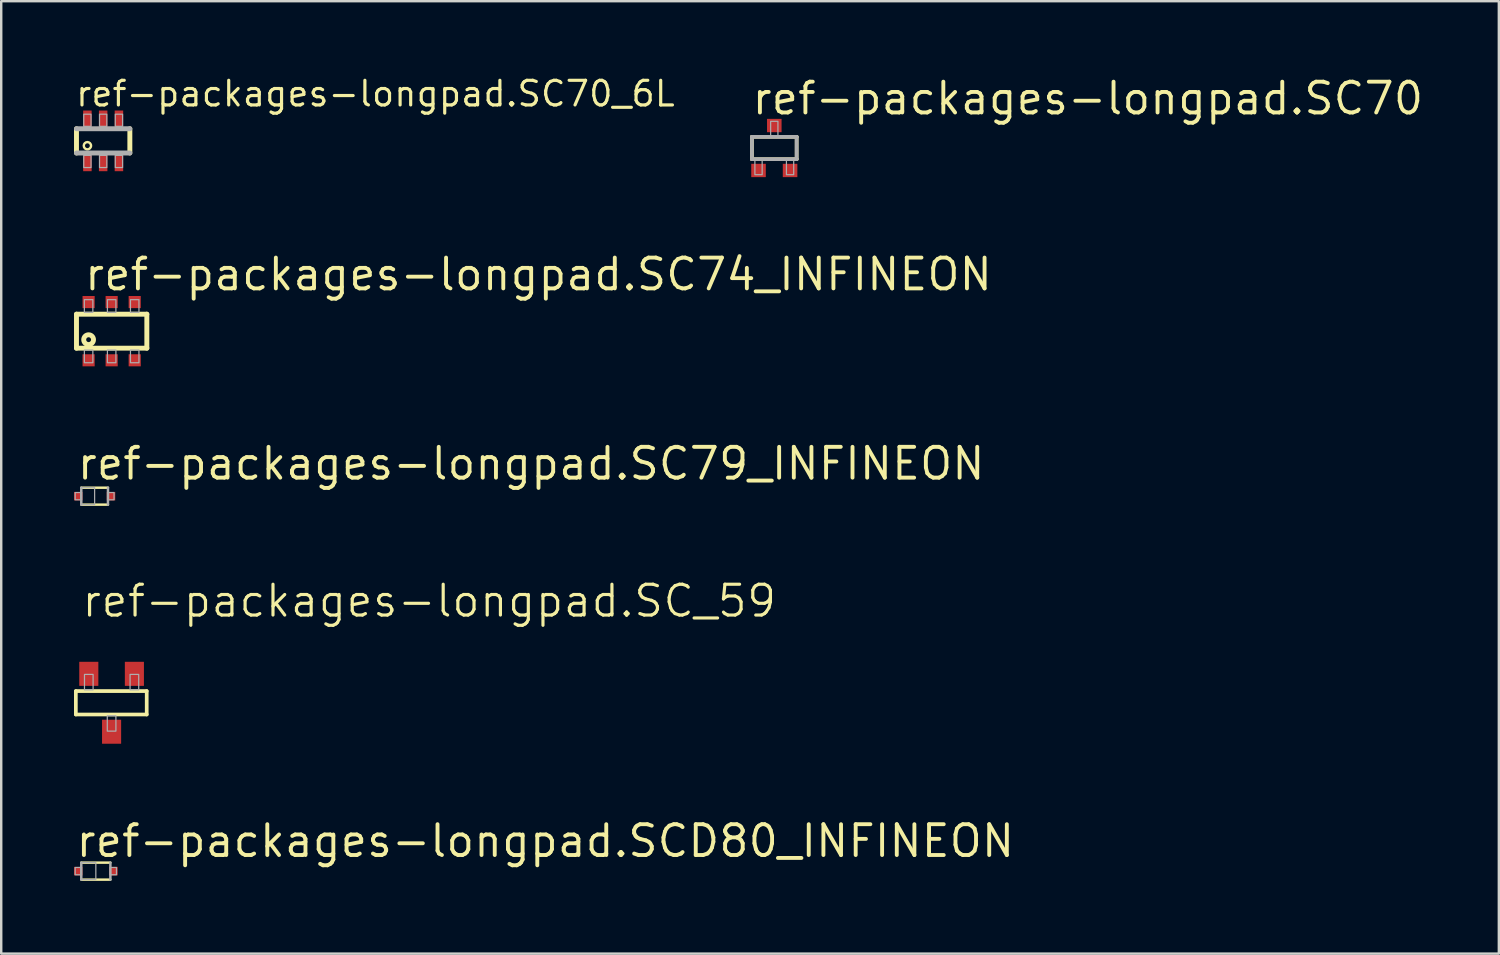
<source format=kicad_pcb>
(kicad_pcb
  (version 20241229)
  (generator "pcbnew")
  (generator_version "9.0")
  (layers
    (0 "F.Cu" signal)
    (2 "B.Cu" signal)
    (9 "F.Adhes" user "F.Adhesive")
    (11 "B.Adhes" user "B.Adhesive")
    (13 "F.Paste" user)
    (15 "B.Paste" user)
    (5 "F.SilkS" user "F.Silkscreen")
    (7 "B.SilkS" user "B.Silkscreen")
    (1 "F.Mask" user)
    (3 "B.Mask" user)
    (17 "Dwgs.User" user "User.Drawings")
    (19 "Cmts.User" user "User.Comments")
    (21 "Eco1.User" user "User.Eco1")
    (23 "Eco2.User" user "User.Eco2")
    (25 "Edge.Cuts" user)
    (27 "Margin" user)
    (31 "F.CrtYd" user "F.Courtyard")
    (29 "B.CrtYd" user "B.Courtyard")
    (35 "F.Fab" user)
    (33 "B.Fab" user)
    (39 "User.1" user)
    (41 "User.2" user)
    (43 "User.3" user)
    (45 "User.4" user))
  (footprint "ref-packages-longpad.SC74_INFINEON"
    (layer "F.Cu")
    (at 1.552 10.6)
    (property "Reference" "ref-packages-longpad.SC74_INFINEON" (at -1.2 -1.6 0) (layer "F.SilkS") (effects (font (size 1.27 1.27) (thickness 0.16)) (justify left bottom)))
    (attr smd)
    (fp_line (start -1.45 -0.7) (end -1.45 0.7) (stroke (width 0.203) (type default)) (layer "F.SilkS"))
    (fp_line (start -1.45 0.7) (end 1.45 0.7) (stroke (width 0.203) (type default)) (layer "F.SilkS"))
    (fp_line (start 1.45 -0.7) (end -1.45 -0.7) (stroke (width 0.203) (type default)) (layer "F.SilkS"))
    (fp_line (start 1.45 0.7) (end 1.45 -0.7) (stroke (width 0.203) (type default)) (layer "F.SilkS"))
    (fp_circle (center -0.95 0.35) (end -0.85 0.35) (stroke (width 0.203) (type default)) (fill no) (layer "F.SilkS"))
    (fp_rect (start -1.125 -0.775) (end -0.775 -1.3) (stroke (width 0.05) (type default)) (fill no) (layer "F.Fab"))
    (fp_rect (start -1.125 1.3) (end -0.775 0.775) (stroke (width 0.05) (type default)) (fill no) (layer "F.Fab"))
    (fp_rect (start -0.175 -0.775) (end 0.175 -1.3) (stroke (width 0.05) (type default)) (fill no) (layer "F.Fab"))
    (fp_rect (start -0.175 1.3) (end 0.175 0.775) (stroke (width 0.05) (type default)) (fill no) (layer "F.Fab"))
    (fp_rect (start 0.775 -0.775) (end 1.125 -1.3) (stroke (width 0.05) (type default)) (fill no) (layer "F.Fab"))
    (fp_rect (start 0.775 1.3) (end 1.125 0.775) (stroke (width 0.05) (type default)) (fill no) (layer "F.Fab"))
    (pad "1" smd roundrect (at -0.95 1.2) (size 0.5 0.5) (layers "F.Cu" "F.Mask" "F.Paste") (roundrect_rratio 0.01))
    (pad "2" smd roundrect (at 0 1.2) (size 0.5 0.5) (layers "F.Cu" "F.Mask" "F.Paste") (roundrect_rratio 0.01))
    (pad "3" smd roundrect (at 0.95 1.2) (size 0.5 0.5) (layers "F.Cu" "F.Mask" "F.Paste") (roundrect_rratio 0.01))
    (pad "4" smd roundrect (at 0.95 -1.2) (size 0.5 0.5) (layers "F.Cu" "F.Mask" "F.Paste") (roundrect_rratio 0.01))
    (pad "5" smd roundrect (at 0 -1.2) (size 0.5 0.5) (layers "F.Cu" "F.Mask" "F.Paste") (roundrect_rratio 0.01))
    (pad "6" smd roundrect (at -0.95 -1.2) (size 0.5 0.5) (layers "F.Cu" "F.Mask" "F.Paste") (roundrect_rratio 0.01)))
  (footprint "ref-packages-longpad.SC79_INFINEON"
    (layer "F.Cu")
    (at 0.85 17.4)
    (property "Reference" "ref-packages-longpad.SC79_INFINEON" (at -0.8 -0.6 0) (layer "F.SilkS") (effects (font (size 1.27 1.27) (thickness 0.16)) (justify left bottom)))
    (attr smd)
    (fp_line (start -0.55 -0.35) (end 0.55 -0.35) (stroke (width 0.102) (type default)) (layer "F.SilkS"))
    (fp_line (start 0.55 0.35) (end -0.55 0.35) (stroke (width 0.102) (type default)) (layer "F.SilkS"))
    (fp_line (start -0.55 0.35) (end -0.55 -0.35) (stroke (width 0.102) (type default)) (layer "F.Fab"))
    (fp_line (start 0.55 -0.35) (end 0.55 0.35) (stroke (width 0.102) (type default)) (layer "F.Fab"))
    (fp_rect (start -0.8 0.15) (end -0.55 -0.15) (stroke (width 0.05) (type default)) (fill no) (layer "F.Fab"))
    (fp_rect (start -0.55 0.35) (end 0 -0.35) (stroke (width 0.05) (type default)) (fill no) (layer "F.Fab"))
    (fp_rect (start 0.55 0.15) (end 0.8 -0.15) (stroke (width 0.05) (type default)) (fill no) (layer "F.Fab"))
    (pad "A" smd roundrect (at 0.675 0) (size 0.35 0.35) (layers "F.Cu" "F.Mask" "F.Paste") (roundrect_rratio 0.01))
    (pad "C" smd roundrect (at -0.675 0) (size 0.35 0.35) (layers "F.Cu" "F.Mask" "F.Paste") (roundrect_rratio 0.01)))
  (footprint "ref-packages-longpad.SC70"
    (layer "F.Cu")
    (at 28.863 3.05)
    (property "Reference" "ref-packages-longpad.SC70" (at -1 -1.3 0) (layer "F.SilkS") (effects (font (size 1.27 1.27) (thickness 0.16)) (justify left bottom)))
    (attr smd)
    (fp_line (start -0.922 -0.46) (end 0.922 -0.46) (stroke (width 0.152) (type default)) (layer "F.SilkS"))
    (fp_line (start -0.922 0.46) (end -0.922 -0.46) (stroke (width 0.152) (type default)) (layer "F.SilkS"))
    (fp_line (start 0.922 -0.46) (end 0.922 0.46) (stroke (width 0.152) (type default)) (layer "F.SilkS"))
    (fp_line (start 0.922 0.46) (end -0.922 0.46) (stroke (width 0.152) (type default)) (layer "F.SilkS"))
    (fp_line (start -0.922 -0.46) (end 0.922 -0.46) (stroke (width 0.152) (type default)) (layer "F.Fab"))
    (fp_line (start -0.922 0.46) (end -0.922 -0.46) (stroke (width 0.152) (type default)) (layer "F.Fab"))
    (fp_line (start 0.922 -0.46) (end 0.922 0.46) (stroke (width 0.152) (type default)) (layer "F.Fab"))
    (fp_line (start 0.922 0.46) (end -0.922 0.46) (stroke (width 0.152) (type default)) (layer "F.Fab"))
    (fp_rect (start -0.8 1.1) (end -0.5 0.5) (stroke (width 0.05) (type default)) (fill no) (layer "F.Fab"))
    (fp_rect (start -0.15 -0.5) (end 0.15 -1.1) (stroke (width 0.05) (type default)) (fill no) (layer "F.Fab"))
    (fp_rect (start 0.5 1.1) (end 0.8 0.5) (stroke (width 0.05) (type default)) (fill no) (layer "F.Fab"))
    (pad "1" smd roundrect (at -0.65 0.925) (size 0.6 0.55) (layers "F.Cu" "F.Mask" "F.Paste") (roundrect_rratio 0.01))
    (pad "2" smd roundrect (at 0.65 0.925) (size 0.6 0.55) (layers "F.Cu" "F.Mask" "F.Paste") (roundrect_rratio 0.01))
    (pad "3" smd roundrect (at 0 -0.925) (size 0.6 0.55) (layers "F.Cu" "F.Mask" "F.Paste") (roundrect_rratio 0.01)))
  (footprint "ref-packages-longpad.SCD80_INFINEON"
    (layer "F.Cu")
    (at 0.9 32.854)
    (property "Reference" "ref-packages-longpad.SCD80_INFINEON" (at -0.9 -0.5 0) (layer "F.SilkS") (effects (font (size 1.27 1.27) (thickness 0.16)) (justify left bottom)))
    (attr smd)
    (fp_line (start -0.6 0.35) (end 0.6 0.35) (stroke (width 0.102) (type default)) (layer "F.SilkS"))
    (fp_line (start 0.6 -0.35) (end -0.6 -0.35) (stroke (width 0.102) (type default)) (layer "F.SilkS"))
    (fp_line (start -0.6 -0.35) (end -0.6 0.35) (stroke (width 0.102) (type default)) (layer "F.Fab"))
    (fp_line (start 0.6 0.35) (end 0.6 -0.35) (stroke (width 0.102) (type default)) (layer "F.Fab"))
    (fp_rect (start -0.85 0.15) (end -0.6 -0.15) (stroke (width 0.05) (type default)) (fill no) (layer "F.Fab"))
    (fp_rect (start -0.6 0.35) (end 0 -0.35) (stroke (width 0.05) (type default)) (fill no) (layer "F.Fab"))
    (fp_rect (start 0.6 0.15) (end 0.85 -0.15) (stroke (width 0.05) (type default)) (fill no) (layer "F.Fab"))
    (pad "A" smd roundrect (at 0.725 0) (size 0.35 0.35) (layers "F.Cu" "F.Mask" "F.Paste") (roundrect_rratio 0.01))
    (pad "C" smd roundrect (at -0.725 0) (size 0.35 0.35) (layers "F.Cu" "F.Mask" "F.Paste") (roundrect_rratio 0.01)))
  (footprint "ref-packages-longpad.SC_59"
    (layer "F.Cu")
    (at 1.524 25.89)
    (property "Reference" "ref-packages-longpad.SC_59" (at -1.27 -3.429 0) (layer "F.SilkS") (effects (font (size 1.27 1.27) (thickness 0.13)) (justify left bottom)))
    (attr smd)
    (fp_line (start -1.448 -0.457) (end -1.448 0.508) (stroke (width 0.152) (type default)) (layer "F.SilkS"))
    (fp_line (start -1.448 -0.457) (end 1.473 -0.457) (stroke (width 0.152) (type default)) (layer "F.SilkS"))
    (fp_line (start 1.473 0.508) (end -1.448 0.508) (stroke (width 0.152) (type default)) (layer "F.SilkS"))
    (fp_line (start 1.473 0.508) (end 1.473 -0.457) (stroke (width 0.152) (type default)) (layer "F.SilkS"))
    (fp_rect (start -1.092 -0.508) (end -0.737 -1.143) (stroke (width 0.05) (type default)) (fill no) (layer "F.Fab"))
    (fp_rect (start -0.152 1.194) (end 0.203 0.559) (stroke (width 0.05) (type default)) (fill no) (layer "F.Fab"))
    (fp_rect (start 0.787 -0.508) (end 1.143 -1.143) (stroke (width 0.05) (type default)) (fill no) (layer "F.Fab"))
    (pad "1" smd roundrect (at -0.914 -1.168) (size 0.787 0.991) (layers "F.Cu" "F.Mask" "F.Paste") (roundrect_rratio 0.01))
    (pad "2" smd roundrect (at 0.965 -1.168) (size 0.787 0.991) (layers "F.Cu" "F.Mask" "F.Paste") (roundrect_rratio 0.01))
    (pad "3" smd roundrect (at 0.025 1.219) (size 0.787 0.991) (layers "F.Cu" "F.Mask" "F.Paste") (roundrect_rratio 0.01)))
  (footprint "ref-packages-longpad.SC70_6L"
    (layer "F.Cu")
    (at 1.202 2.756)
    (property "Reference" "ref-packages-longpad.SC70_6L" (at -1.2 -1.35 0) (layer "F.SilkS") (effects (font (size 1.016 1.016) (thickness 0.13)) (justify left bottom)))
    (attr smd)
    (fp_line (start -1.1 0.5) (end -1.1 -0.5) (stroke (width 0.203) (type default)) (layer "F.SilkS"))
    (fp_line (start 1.1 -0.5) (end 1.1 0.5) (stroke (width 0.203) (type default)) (layer "F.SilkS"))
    (fp_circle (center -0.65 0.2) (end -0.5 0.2) (stroke (width 0.1) (type default)) (fill no) (layer "F.SilkS"))
    (fp_line (start -1.1 -0.5) (end 1.1 -0.5) (stroke (width 0.203) (type default)) (layer "F.Fab"))
    (fp_line (start 1.1 0.5) (end -1.1 0.5) (stroke (width 0.203) (type default)) (layer "F.Fab"))
    (fp_rect (start -0.8 -0.6) (end -0.5 -1.1) (stroke (width 0.05) (type default)) (fill no) (layer "F.Fab"))
    (fp_rect (start -0.8 1.1) (end -0.5 0.6) (stroke (width 0.05) (type default)) (fill no) (layer "F.Fab"))
    (fp_rect (start -0.15 -0.6) (end 0.15 -1.1) (stroke (width 0.05) (type default)) (fill no) (layer "F.Fab"))
    (fp_rect (start -0.15 1.1) (end 0.15 0.6) (stroke (width 0.05) (type default)) (fill no) (layer "F.Fab"))
    (fp_rect (start 0.5 -0.6) (end 0.8 -1.1) (stroke (width 0.05) (type default)) (fill no) (layer "F.Fab"))
    (fp_rect (start 0.5 1.1) (end 0.8 0.6) (stroke (width 0.05) (type default)) (fill no) (layer "F.Fab"))
    (pad "1" smd roundrect (at -0.65 0.85) (size 0.35 0.8) (layers "F.Cu" "F.Mask" "F.Paste") (roundrect_rratio 0.01))
    (pad "2" smd roundrect (at 0 0.85) (size 0.35 0.8) (layers "F.Cu" "F.Mask" "F.Paste") (roundrect_rratio 0.01))
    (pad "3" smd roundrect (at 0.65 0.85) (size 0.35 0.8) (layers "F.Cu" "F.Mask" "F.Paste") (roundrect_rratio 0.01))
    (pad "4" smd roundrect (at 0.65 -0.85) (size 0.35 0.8) (layers "F.Cu" "F.Mask" "F.Paste") (roundrect_rratio 0.01))
    (pad "5" smd roundrect (at 0 -0.85) (size 0.35 0.8) (layers "F.Cu" "F.Mask" "F.Paste") (roundrect_rratio 0.01))
    (pad "6" smd roundrect (at -0.65 -0.85) (size 0.35 0.8) (layers "F.Cu" "F.Mask" "F.Paste") (roundrect_rratio 0.01)))
  (gr_rect
    (start -3 -3)
    (end 58.726 36.255)
    (stroke (width 0.1) (type default))
    (fill no)
    (layer "Edge.Cuts")))
</source>
